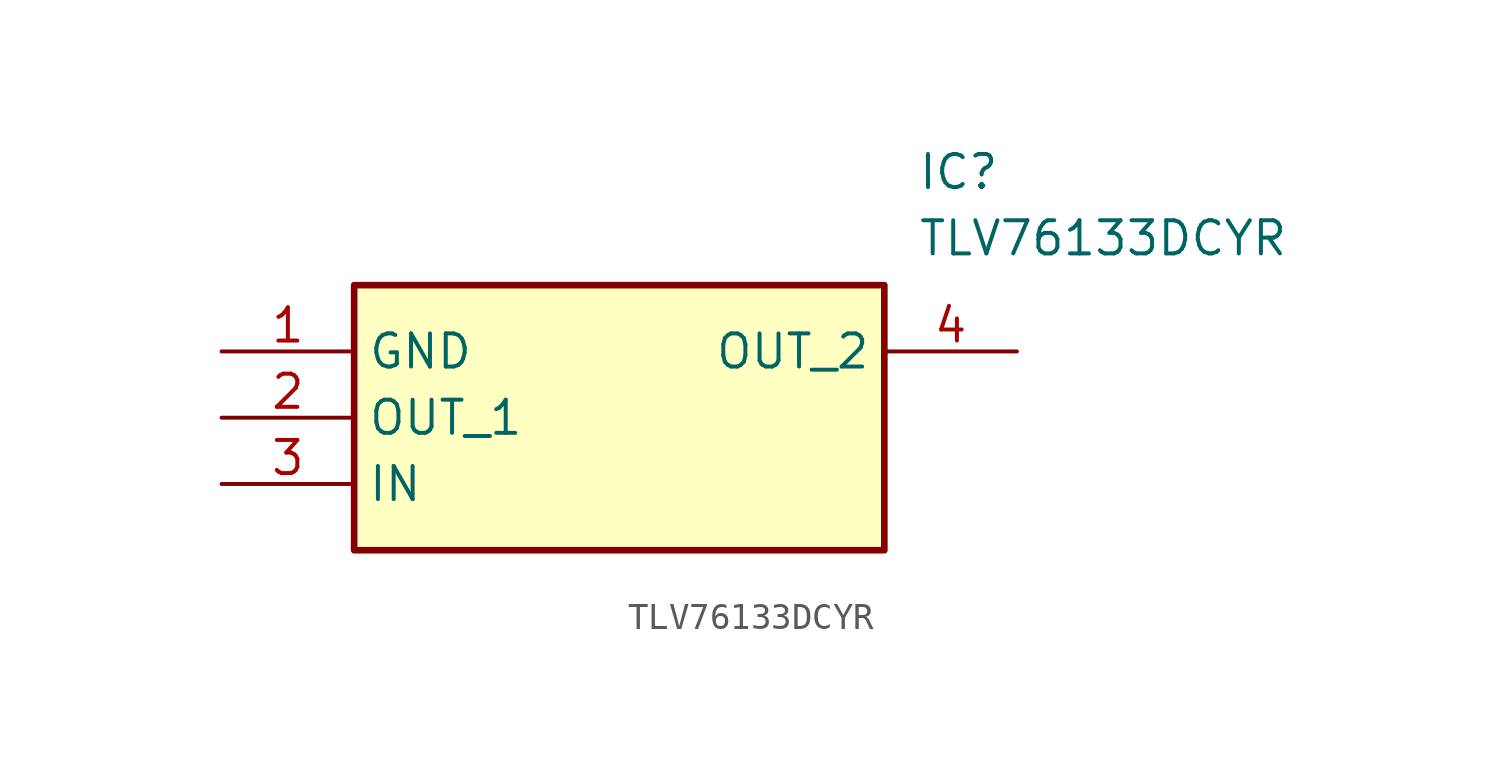
<source format=kicad_sym>
(kicad_symbol_lib
  (version 20211014)
  (generator SamacSys_ECAD_Model)
  (symbol "TLV76133DCYR"
    (property "Reference" "IC"
      (at 26.67 7.62 0)
      (effects (font (size 1.27 1.27)) (justify left top)))
    (property "Value" "TLV76133DCYR"
      (at 26.67 5.08 0)
      (effects (font (size 1.27 1.27)) (justify left top)))
    (rectangle
      (start 5.08 2.54)
      (end 25.4 -7.62)
      (stroke (width 0.254) (type default))
      (fill (type background)))
    (pin passive line
      (at 0 0 0)
      (length 5.08)
      (name "GND" (effects (font (size 1.27 1.27))))
      (number "1" (effects (font (size 1.27 1.27)))))
    (pin passive line
      (at 0 -2.54 0)
      (length 5.08)
      (name "OUT_1" (effects (font (size 1.27 1.27))))
      (number "2" (effects (font (size 1.27 1.27)))))
    (pin passive line
      (at 0 -5.08 0)
      (length 5.08)
      (name "IN" (effects (font (size 1.27 1.27))))
      (number "3" (effects (font (size 1.27 1.27)))))
    (pin passive line
      (at 30.48 0 180)
      (length 5.08)
      (name "OUT_2" (effects (font (size 1.27 1.27))))
      (number "4" (effects (font (size 1.27 1.27)))))))
</source>
